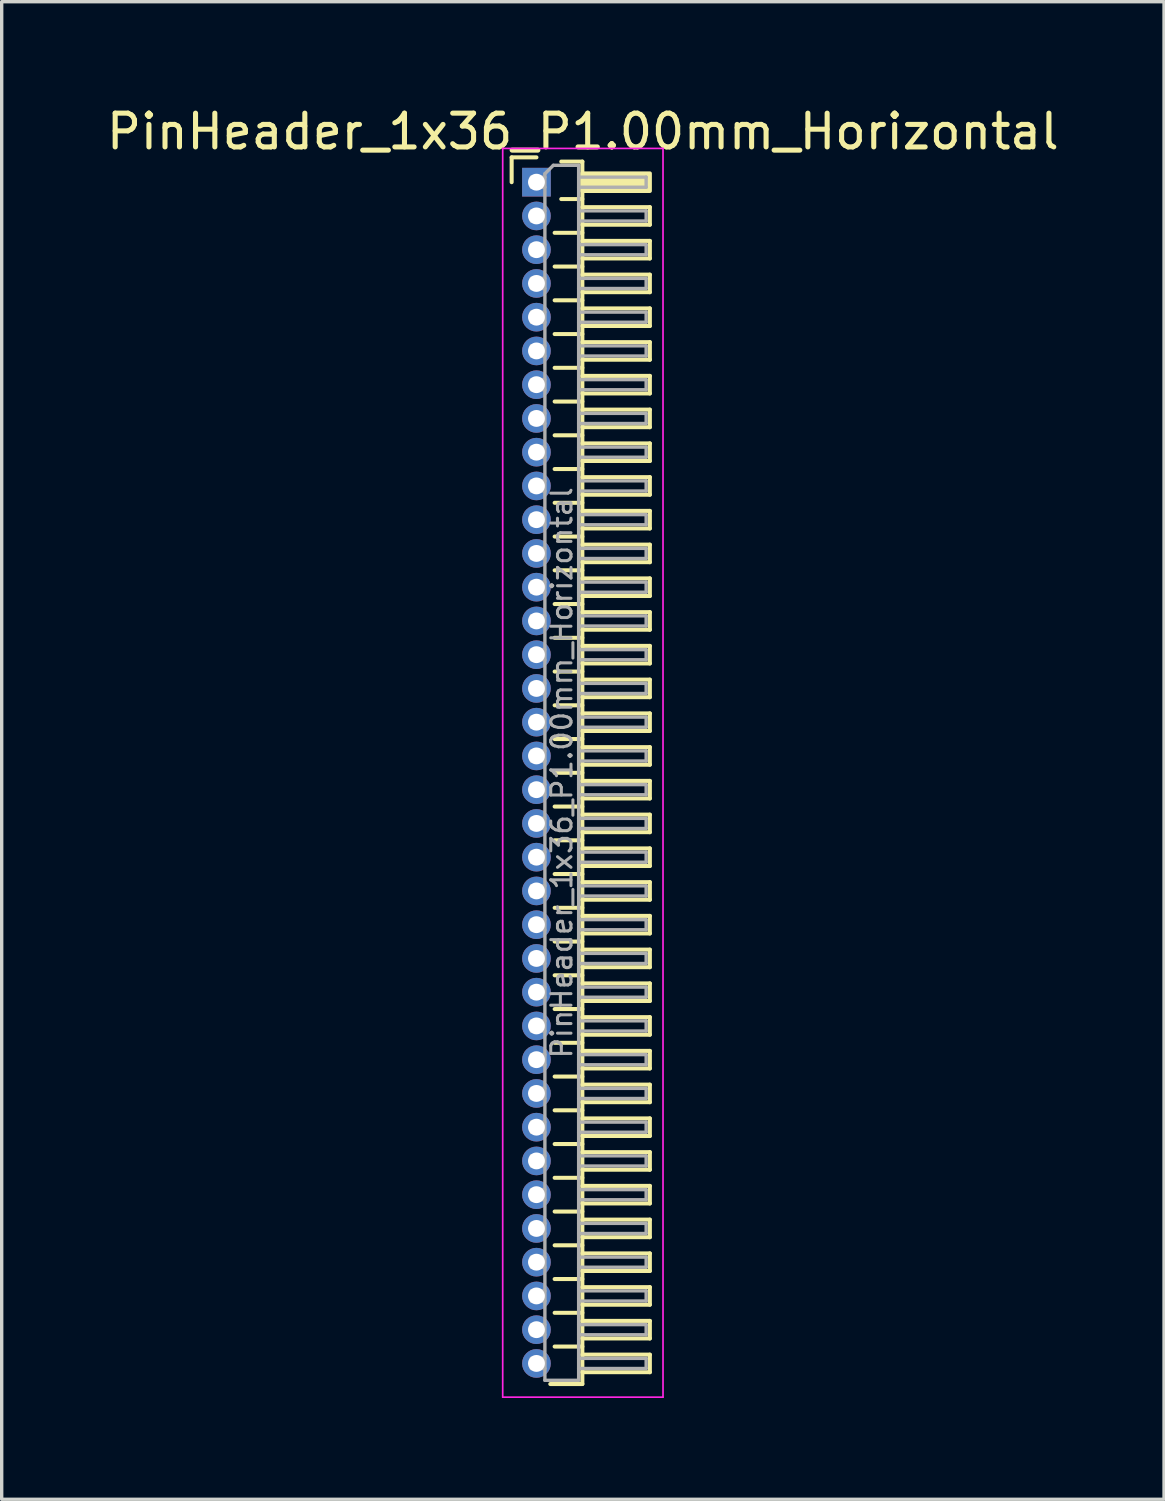
<source format=kicad_pcb>
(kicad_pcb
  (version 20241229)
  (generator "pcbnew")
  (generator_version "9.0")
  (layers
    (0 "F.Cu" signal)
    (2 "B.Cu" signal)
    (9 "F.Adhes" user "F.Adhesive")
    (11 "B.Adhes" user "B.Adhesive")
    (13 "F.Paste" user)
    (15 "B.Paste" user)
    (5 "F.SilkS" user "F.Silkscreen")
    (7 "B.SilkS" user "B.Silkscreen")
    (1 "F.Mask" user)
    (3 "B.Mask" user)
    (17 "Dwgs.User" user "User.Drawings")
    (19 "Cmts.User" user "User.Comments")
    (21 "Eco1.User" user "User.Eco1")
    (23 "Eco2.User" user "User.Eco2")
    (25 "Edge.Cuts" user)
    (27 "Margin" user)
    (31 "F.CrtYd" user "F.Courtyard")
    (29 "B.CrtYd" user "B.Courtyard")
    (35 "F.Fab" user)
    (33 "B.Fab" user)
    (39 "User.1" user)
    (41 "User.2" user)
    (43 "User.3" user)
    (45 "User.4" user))
  (footprint "PinHeader_1x36_P1.00mm_Horizontal"
    (layer "F.Cu")
    (at 12.845 2.348)
    (property "Reference" "PinHeader_1x36_P1.00mm_Horizontal" (at 1.375 -1.5 0) (layer "F.SilkS") (effects (font (size 1 1) (thickness 0.15))))
    (attr through_hole)
    (fp_line (start -0.735 -0.735) (end 0 -0.735) (stroke (width 0.12) (type solid)) (layer "F.SilkS"))
    (fp_line (start -0.735 0) (end -0.735 -0.735) (stroke (width 0.12) (type solid)) (layer "F.SilkS"))
    (fp_line (start 0.539 1.5) (end 1.36 1.5) (stroke (width 0.12) (type solid)) (layer "F.SilkS"))
    (fp_line (start 0.539 2.5) (end 1.36 2.5) (stroke (width 0.12) (type solid)) (layer "F.SilkS"))
    (fp_line (start 0.539 3.5) (end 1.36 3.5) (stroke (width 0.12) (type solid)) (layer "F.SilkS"))
    (fp_line (start 0.539 4.5) (end 1.36 4.5) (stroke (width 0.12) (type solid)) (layer "F.SilkS"))
    (fp_line (start 0.539 5.5) (end 1.36 5.5) (stroke (width 0.12) (type solid)) (layer "F.SilkS"))
    (fp_line (start 0.539 6.5) (end 1.36 6.5) (stroke (width 0.12) (type solid)) (layer "F.SilkS"))
    (fp_line (start 0.539 7.5) (end 1.36 7.5) (stroke (width 0.12) (type solid)) (layer "F.SilkS"))
    (fp_line (start 0.539 8.5) (end 1.36 8.5) (stroke (width 0.12) (type solid)) (layer "F.SilkS"))
    (fp_line (start 0.539 9.5) (end 1.36 9.5) (stroke (width 0.12) (type solid)) (layer "F.SilkS"))
    (fp_line (start 0.539 10.5) (end 1.36 10.5) (stroke (width 0.12) (type solid)) (layer "F.SilkS"))
    (fp_line (start 0.539 11.5) (end 1.36 11.5) (stroke (width 0.12) (type solid)) (layer "F.SilkS"))
    (fp_line (start 0.539 12.5) (end 1.36 12.5) (stroke (width 0.12) (type solid)) (layer "F.SilkS"))
    (fp_line (start 0.539 13.5) (end 1.36 13.5) (stroke (width 0.12) (type solid)) (layer "F.SilkS"))
    (fp_line (start 0.539 14.5) (end 1.36 14.5) (stroke (width 0.12) (type solid)) (layer "F.SilkS"))
    (fp_line (start 0.539 15.5) (end 1.36 15.5) (stroke (width 0.12) (type solid)) (layer "F.SilkS"))
    (fp_line (start 0.539 16.5) (end 1.36 16.5) (stroke (width 0.12) (type solid)) (layer "F.SilkS"))
    (fp_line (start 0.539 17.5) (end 1.36 17.5) (stroke (width 0.12) (type solid)) (layer "F.SilkS"))
    (fp_line (start 0.539 18.5) (end 1.36 18.5) (stroke (width 0.12) (type solid)) (layer "F.SilkS"))
    (fp_line (start 0.539 19.5) (end 1.36 19.5) (stroke (width 0.12) (type solid)) (layer "F.SilkS"))
    (fp_line (start 0.539 20.5) (end 1.36 20.5) (stroke (width 0.12) (type solid)) (layer "F.SilkS"))
    (fp_line (start 0.539 21.5) (end 1.36 21.5) (stroke (width 0.12) (type solid)) (layer "F.SilkS"))
    (fp_line (start 0.539 22.5) (end 1.36 22.5) (stroke (width 0.12) (type solid)) (layer "F.SilkS"))
    (fp_line (start 0.539 23.5) (end 1.36 23.5) (stroke (width 0.12) (type solid)) (layer "F.SilkS"))
    (fp_line (start 0.539 24.5) (end 1.36 24.5) (stroke (width 0.12) (type solid)) (layer "F.SilkS"))
    (fp_line (start 0.539 25.5) (end 1.36 25.5) (stroke (width 0.12) (type solid)) (layer "F.SilkS"))
    (fp_line (start 0.539 26.5) (end 1.36 26.5) (stroke (width 0.12) (type solid)) (layer "F.SilkS"))
    (fp_line (start 0.539 27.5) (end 1.36 27.5) (stroke (width 0.12) (type solid)) (layer "F.SilkS"))
    (fp_line (start 0.539 28.5) (end 1.36 28.5) (stroke (width 0.12) (type solid)) (layer "F.SilkS"))
    (fp_line (start 0.539 29.5) (end 1.36 29.5) (stroke (width 0.12) (type solid)) (layer "F.SilkS"))
    (fp_line (start 0.539 30.5) (end 1.36 30.5) (stroke (width 0.12) (type solid)) (layer "F.SilkS"))
    (fp_line (start 0.539 31.5) (end 1.36 31.5) (stroke (width 0.12) (type solid)) (layer "F.SilkS"))
    (fp_line (start 0.539 32.5) (end 1.36 32.5) (stroke (width 0.12) (type solid)) (layer "F.SilkS"))
    (fp_line (start 0.539 33.5) (end 1.36 33.5) (stroke (width 0.12) (type solid)) (layer "F.SilkS"))
    (fp_line (start 0.539 34.5) (end 1.36 34.5) (stroke (width 0.12) (type solid)) (layer "F.SilkS"))
    (fp_line (start 0.735 -0.61) (end 1.36 -0.61) (stroke (width 0.12) (type solid)) (layer "F.SilkS"))
    (fp_line (start 0.735 0.5) (end 1.36 0.5) (stroke (width 0.12) (type solid)) (layer "F.SilkS"))
    (fp_line (start 1.36 -0.61) (end 1.36 35.61) (stroke (width 0.12) (type solid)) (layer "F.SilkS"))
    (fp_line (start 1.36 0.74) (end 3.36 0.74) (stroke (width 0.12) (type solid)) (layer "F.SilkS"))
    (fp_line (start 1.36 1.74) (end 3.36 1.74) (stroke (width 0.12) (type solid)) (layer "F.SilkS"))
    (fp_line (start 1.36 2.74) (end 3.36 2.74) (stroke (width 0.12) (type solid)) (layer "F.SilkS"))
    (fp_line (start 1.36 3.74) (end 3.36 3.74) (stroke (width 0.12) (type solid)) (layer "F.SilkS"))
    (fp_line (start 1.36 4.74) (end 3.36 4.74) (stroke (width 0.12) (type solid)) (layer "F.SilkS"))
    (fp_line (start 1.36 5.74) (end 3.36 5.74) (stroke (width 0.12) (type solid)) (layer "F.SilkS"))
    (fp_line (start 1.36 6.74) (end 3.36 6.74) (stroke (width 0.12) (type solid)) (layer "F.SilkS"))
    (fp_line (start 1.36 7.74) (end 3.36 7.74) (stroke (width 0.12) (type solid)) (layer "F.SilkS"))
    (fp_line (start 1.36 8.74) (end 3.36 8.74) (stroke (width 0.12) (type solid)) (layer "F.SilkS"))
    (fp_line (start 1.36 9.74) (end 3.36 9.74) (stroke (width 0.12) (type solid)) (layer "F.SilkS"))
    (fp_line (start 1.36 10.74) (end 3.36 10.74) (stroke (width 0.12) (type solid)) (layer "F.SilkS"))
    (fp_line (start 1.36 11.74) (end 3.36 11.74) (stroke (width 0.12) (type solid)) (layer "F.SilkS"))
    (fp_line (start 1.36 12.74) (end 3.36 12.74) (stroke (width 0.12) (type solid)) (layer "F.SilkS"))
    (fp_line (start 1.36 13.74) (end 3.36 13.74) (stroke (width 0.12) (type solid)) (layer "F.SilkS"))
    (fp_line (start 1.36 14.74) (end 3.36 14.74) (stroke (width 0.12) (type solid)) (layer "F.SilkS"))
    (fp_line (start 1.36 15.74) (end 3.36 15.74) (stroke (width 0.12) (type solid)) (layer "F.SilkS"))
    (fp_line (start 1.36 16.74) (end 3.36 16.74) (stroke (width 0.12) (type solid)) (layer "F.SilkS"))
    (fp_line (start 1.36 17.74) (end 3.36 17.74) (stroke (width 0.12) (type solid)) (layer "F.SilkS"))
    (fp_line (start 1.36 18.74) (end 3.36 18.74) (stroke (width 0.12) (type solid)) (layer "F.SilkS"))
    (fp_line (start 1.36 19.74) (end 3.36 19.74) (stroke (width 0.12) (type solid)) (layer "F.SilkS"))
    (fp_line (start 1.36 20.74) (end 3.36 20.74) (stroke (width 0.12) (type solid)) (layer "F.SilkS"))
    (fp_line (start 1.36 21.74) (end 3.36 21.74) (stroke (width 0.12) (type solid)) (layer "F.SilkS"))
    (fp_line (start 1.36 22.74) (end 3.36 22.74) (stroke (width 0.12) (type solid)) (layer "F.SilkS"))
    (fp_line (start 1.36 23.74) (end 3.36 23.74) (stroke (width 0.12) (type solid)) (layer "F.SilkS"))
    (fp_line (start 1.36 24.74) (end 3.36 24.74) (stroke (width 0.12) (type solid)) (layer "F.SilkS"))
    (fp_line (start 1.36 25.74) (end 3.36 25.74) (stroke (width 0.12) (type solid)) (layer "F.SilkS"))
    (fp_line (start 1.36 26.74) (end 3.36 26.74) (stroke (width 0.12) (type solid)) (layer "F.SilkS"))
    (fp_line (start 1.36 27.74) (end 3.36 27.74) (stroke (width 0.12) (type solid)) (layer "F.SilkS"))
    (fp_line (start 1.36 28.74) (end 3.36 28.74) (stroke (width 0.12) (type solid)) (layer "F.SilkS"))
    (fp_line (start 1.36 29.74) (end 3.36 29.74) (stroke (width 0.12) (type solid)) (layer "F.SilkS"))
    (fp_line (start 1.36 30.74) (end 3.36 30.74) (stroke (width 0.12) (type solid)) (layer "F.SilkS"))
    (fp_line (start 1.36 31.74) (end 3.36 31.74) (stroke (width 0.12) (type solid)) (layer "F.SilkS"))
    (fp_line (start 1.36 32.74) (end 3.36 32.74) (stroke (width 0.12) (type solid)) (layer "F.SilkS"))
    (fp_line (start 1.36 33.74) (end 3.36 33.74) (stroke (width 0.12) (type solid)) (layer "F.SilkS"))
    (fp_line (start 1.36 34.74) (end 3.36 34.74) (stroke (width 0.12) (type solid)) (layer "F.SilkS"))
    (fp_line (start 1.36 35.61) (end 0.41 35.61) (stroke (width 0.12) (type solid)) (layer "F.SilkS"))
    (fp_line (start 3.36 0.74) (end 3.36 1.26) (stroke (width 0.12) (type solid)) (layer "F.SilkS"))
    (fp_line (start 3.36 1.26) (end 1.36 1.26) (stroke (width 0.12) (type solid)) (layer "F.SilkS"))
    (fp_line (start 3.36 1.74) (end 3.36 2.26) (stroke (width 0.12) (type solid)) (layer "F.SilkS"))
    (fp_line (start 3.36 2.26) (end 1.36 2.26) (stroke (width 0.12) (type solid)) (layer "F.SilkS"))
    (fp_line (start 3.36 2.74) (end 3.36 3.26) (stroke (width 0.12) (type solid)) (layer "F.SilkS"))
    (fp_line (start 3.36 3.26) (end 1.36 3.26) (stroke (width 0.12) (type solid)) (layer "F.SilkS"))
    (fp_line (start 3.36 3.74) (end 3.36 4.26) (stroke (width 0.12) (type solid)) (layer "F.SilkS"))
    (fp_line (start 3.36 4.26) (end 1.36 4.26) (stroke (width 0.12) (type solid)) (layer "F.SilkS"))
    (fp_line (start 3.36 4.74) (end 3.36 5.26) (stroke (width 0.12) (type solid)) (layer "F.SilkS"))
    (fp_line (start 3.36 5.26) (end 1.36 5.26) (stroke (width 0.12) (type solid)) (layer "F.SilkS"))
    (fp_line (start 3.36 5.74) (end 3.36 6.26) (stroke (width 0.12) (type solid)) (layer "F.SilkS"))
    (fp_line (start 3.36 6.26) (end 1.36 6.26) (stroke (width 0.12) (type solid)) (layer "F.SilkS"))
    (fp_line (start 3.36 6.74) (end 3.36 7.26) (stroke (width 0.12) (type solid)) (layer "F.SilkS"))
    (fp_line (start 3.36 7.26) (end 1.36 7.26) (stroke (width 0.12) (type solid)) (layer "F.SilkS"))
    (fp_line (start 3.36 7.74) (end 3.36 8.26) (stroke (width 0.12) (type solid)) (layer "F.SilkS"))
    (fp_line (start 3.36 8.26) (end 1.36 8.26) (stroke (width 0.12) (type solid)) (layer "F.SilkS"))
    (fp_line (start 3.36 8.74) (end 3.36 9.26) (stroke (width 0.12) (type solid)) (layer "F.SilkS"))
    (fp_line (start 3.36 9.26) (end 1.36 9.26) (stroke (width 0.12) (type solid)) (layer "F.SilkS"))
    (fp_line (start 3.36 9.74) (end 3.36 10.26) (stroke (width 0.12) (type solid)) (layer "F.SilkS"))
    (fp_line (start 3.36 10.26) (end 1.36 10.26) (stroke (width 0.12) (type solid)) (layer "F.SilkS"))
    (fp_line (start 3.36 10.74) (end 3.36 11.26) (stroke (width 0.12) (type solid)) (layer "F.SilkS"))
    (fp_line (start 3.36 11.26) (end 1.36 11.26) (stroke (width 0.12) (type solid)) (layer "F.SilkS"))
    (fp_line (start 3.36 11.74) (end 3.36 12.26) (stroke (width 0.12) (type solid)) (layer "F.SilkS"))
    (fp_line (start 3.36 12.26) (end 1.36 12.26) (stroke (width 0.12) (type solid)) (layer "F.SilkS"))
    (fp_line (start 3.36 12.74) (end 3.36 13.26) (stroke (width 0.12) (type solid)) (layer "F.SilkS"))
    (fp_line (start 3.36 13.26) (end 1.36 13.26) (stroke (width 0.12) (type solid)) (layer "F.SilkS"))
    (fp_line (start 3.36 13.74) (end 3.36 14.26) (stroke (width 0.12) (type solid)) (layer "F.SilkS"))
    (fp_line (start 3.36 14.26) (end 1.36 14.26) (stroke (width 0.12) (type solid)) (layer "F.SilkS"))
    (fp_line (start 3.36 14.74) (end 3.36 15.26) (stroke (width 0.12) (type solid)) (layer "F.SilkS"))
    (fp_line (start 3.36 15.26) (end 1.36 15.26) (stroke (width 0.12) (type solid)) (layer "F.SilkS"))
    (fp_line (start 3.36 15.74) (end 3.36 16.26) (stroke (width 0.12) (type solid)) (layer "F.SilkS"))
    (fp_line (start 3.36 16.26) (end 1.36 16.26) (stroke (width 0.12) (type solid)) (layer "F.SilkS"))
    (fp_line (start 3.36 16.74) (end 3.36 17.26) (stroke (width 0.12) (type solid)) (layer "F.SilkS"))
    (fp_line (start 3.36 17.26) (end 1.36 17.26) (stroke (width 0.12) (type solid)) (layer "F.SilkS"))
    (fp_line (start 3.36 17.74) (end 3.36 18.26) (stroke (width 0.12) (type solid)) (layer "F.SilkS"))
    (fp_line (start 3.36 18.26) (end 1.36 18.26) (stroke (width 0.12) (type solid)) (layer "F.SilkS"))
    (fp_line (start 3.36 18.74) (end 3.36 19.26) (stroke (width 0.12) (type solid)) (layer "F.SilkS"))
    (fp_line (start 3.36 19.26) (end 1.36 19.26) (stroke (width 0.12) (type solid)) (layer "F.SilkS"))
    (fp_line (start 3.36 19.74) (end 3.36 20.26) (stroke (width 0.12) (type solid)) (layer "F.SilkS"))
    (fp_line (start 3.36 20.26) (end 1.36 20.26) (stroke (width 0.12) (type solid)) (layer "F.SilkS"))
    (fp_line (start 3.36 20.74) (end 3.36 21.26) (stroke (width 0.12) (type solid)) (layer "F.SilkS"))
    (fp_line (start 3.36 21.26) (end 1.36 21.26) (stroke (width 0.12) (type solid)) (layer "F.SilkS"))
    (fp_line (start 3.36 21.74) (end 3.36 22.26) (stroke (width 0.12) (type solid)) (layer "F.SilkS"))
    (fp_line (start 3.36 22.26) (end 1.36 22.26) (stroke (width 0.12) (type solid)) (layer "F.SilkS"))
    (fp_line (start 3.36 22.74) (end 3.36 23.26) (stroke (width 0.12) (type solid)) (layer "F.SilkS"))
    (fp_line (start 3.36 23.26) (end 1.36 23.26) (stroke (width 0.12) (type solid)) (layer "F.SilkS"))
    (fp_line (start 3.36 23.74) (end 3.36 24.26) (stroke (width 0.12) (type solid)) (layer "F.SilkS"))
    (fp_line (start 3.36 24.26) (end 1.36 24.26) (stroke (width 0.12) (type solid)) (layer "F.SilkS"))
    (fp_line (start 3.36 24.74) (end 3.36 25.26) (stroke (width 0.12) (type solid)) (layer "F.SilkS"))
    (fp_line (start 3.36 25.26) (end 1.36 25.26) (stroke (width 0.12) (type solid)) (layer "F.SilkS"))
    (fp_line (start 3.36 25.74) (end 3.36 26.26) (stroke (width 0.12) (type solid)) (layer "F.SilkS"))
    (fp_line (start 3.36 26.26) (end 1.36 26.26) (stroke (width 0.12) (type solid)) (layer "F.SilkS"))
    (fp_line (start 3.36 26.74) (end 3.36 27.26) (stroke (width 0.12) (type solid)) (layer "F.SilkS"))
    (fp_line (start 3.36 27.26) (end 1.36 27.26) (stroke (width 0.12) (type solid)) (layer "F.SilkS"))
    (fp_line (start 3.36 27.74) (end 3.36 28.26) (stroke (width 0.12) (type solid)) (layer "F.SilkS"))
    (fp_line (start 3.36 28.26) (end 1.36 28.26) (stroke (width 0.12) (type solid)) (layer "F.SilkS"))
    (fp_line (start 3.36 28.74) (end 3.36 29.26) (stroke (width 0.12) (type solid)) (layer "F.SilkS"))
    (fp_line (start 3.36 29.26) (end 1.36 29.26) (stroke (width 0.12) (type solid)) (layer "F.SilkS"))
    (fp_line (start 3.36 29.74) (end 3.36 30.26) (stroke (width 0.12) (type solid)) (layer "F.SilkS"))
    (fp_line (start 3.36 30.26) (end 1.36 30.26) (stroke (width 0.12) (type solid)) (layer "F.SilkS"))
    (fp_line (start 3.36 30.74) (end 3.36 31.26) (stroke (width 0.12) (type solid)) (layer "F.SilkS"))
    (fp_line (start 3.36 31.26) (end 1.36 31.26) (stroke (width 0.12) (type solid)) (layer "F.SilkS"))
    (fp_line (start 3.36 31.74) (end 3.36 32.26) (stroke (width 0.12) (type solid)) (layer "F.SilkS"))
    (fp_line (start 3.36 32.26) (end 1.36 32.26) (stroke (width 0.12) (type solid)) (layer "F.SilkS"))
    (fp_line (start 3.36 32.74) (end 3.36 33.26) (stroke (width 0.12) (type solid)) (layer "F.SilkS"))
    (fp_line (start 3.36 33.26) (end 1.36 33.26) (stroke (width 0.12) (type solid)) (layer "F.SilkS"))
    (fp_line (start 3.36 33.74) (end 3.36 34.26) (stroke (width 0.12) (type solid)) (layer "F.SilkS"))
    (fp_line (start 3.36 34.26) (end 1.36 34.26) (stroke (width 0.12) (type solid)) (layer "F.SilkS"))
    (fp_line (start 3.36 34.74) (end 3.36 35.26) (stroke (width 0.12) (type solid)) (layer "F.SilkS"))
    (fp_line (start 3.36 35.26) (end 1.36 35.26) (stroke (width 0.12) (type solid)) (layer "F.SilkS"))
    (fp_rect (start 1.36 -0.26) (end 3.36 0.26) (stroke (width 0.12) (type solid)) (fill yes) (layer "F.SilkS"))
    (fp_line (start -1 -1) (end -1 36) (stroke (width 0.05) (type solid)) (layer "F.CrtYd"))
    (fp_line (start -1 36) (end 3.75 36) (stroke (width 0.05) (type solid)) (layer "F.CrtYd"))
    (fp_line (start 3.75 -1) (end -1 -1) (stroke (width 0.05) (type solid)) (layer "F.CrtYd"))
    (fp_line (start 3.75 36) (end 3.75 -1) (stroke (width 0.05) (type solid)) (layer "F.CrtYd"))
    (fp_line (start -0.15 -0.15) (end -0.15 0.15) (stroke (width 0.1) (type solid)) (layer "F.Fab"))
    (fp_line (start -0.15 -0.15) (end 0.25 -0.15) (stroke (width 0.1) (type solid)) (layer "F.Fab"))
    (fp_line (start -0.15 0.15) (end 0.25 0.15) (stroke (width 0.1) (type solid)) (layer "F.Fab"))
    (fp_line (start -0.15 0.85) (end -0.15 1.15) (stroke (width 0.1) (type solid)) (layer "F.Fab"))
    (fp_line (start -0.15 0.85) (end 0.25 0.85) (stroke (width 0.1) (type solid)) (layer "F.Fab"))
    (fp_line (start -0.15 1.15) (end 0.25 1.15) (stroke (width 0.1) (type solid)) (layer "F.Fab"))
    (fp_line (start -0.15 1.85) (end -0.15 2.15) (stroke (width 0.1) (type solid)) (layer "F.Fab"))
    (fp_line (start -0.15 1.85) (end 0.25 1.85) (stroke (width 0.1) (type solid)) (layer "F.Fab"))
    (fp_line (start -0.15 2.15) (end 0.25 2.15) (stroke (width 0.1) (type solid)) (layer "F.Fab"))
    (fp_line (start -0.15 2.85) (end -0.15 3.15) (stroke (width 0.1) (type solid)) (layer "F.Fab"))
    (fp_line (start -0.15 2.85) (end 0.25 2.85) (stroke (width 0.1) (type solid)) (layer "F.Fab"))
    (fp_line (start -0.15 3.15) (end 0.25 3.15) (stroke (width 0.1) (type solid)) (layer "F.Fab"))
    (fp_line (start -0.15 3.85) (end -0.15 4.15) (stroke (width 0.1) (type solid)) (layer "F.Fab"))
    (fp_line (start -0.15 3.85) (end 0.25 3.85) (stroke (width 0.1) (type solid)) (layer "F.Fab"))
    (fp_line (start -0.15 4.15) (end 0.25 4.15) (stroke (width 0.1) (type solid)) (layer "F.Fab"))
    (fp_line (start -0.15 4.85) (end -0.15 5.15) (stroke (width 0.1) (type solid)) (layer "F.Fab"))
    (fp_line (start -0.15 4.85) (end 0.25 4.85) (stroke (width 0.1) (type solid)) (layer "F.Fab"))
    (fp_line (start -0.15 5.15) (end 0.25 5.15) (stroke (width 0.1) (type solid)) (layer "F.Fab"))
    (fp_line (start -0.15 5.85) (end -0.15 6.15) (stroke (width 0.1) (type solid)) (layer "F.Fab"))
    (fp_line (start -0.15 5.85) (end 0.25 5.85) (stroke (width 0.1) (type solid)) (layer "F.Fab"))
    (fp_line (start -0.15 6.15) (end 0.25 6.15) (stroke (width 0.1) (type solid)) (layer "F.Fab"))
    (fp_line (start -0.15 6.85) (end -0.15 7.15) (stroke (width 0.1) (type solid)) (layer "F.Fab"))
    (fp_line (start -0.15 6.85) (end 0.25 6.85) (stroke (width 0.1) (type solid)) (layer "F.Fab"))
    (fp_line (start -0.15 7.15) (end 0.25 7.15) (stroke (width 0.1) (type solid)) (layer "F.Fab"))
    (fp_line (start -0.15 7.85) (end -0.15 8.15) (stroke (width 0.1) (type solid)) (layer "F.Fab"))
    (fp_line (start -0.15 7.85) (end 0.25 7.85) (stroke (width 0.1) (type solid)) (layer "F.Fab"))
    (fp_line (start -0.15 8.15) (end 0.25 8.15) (stroke (width 0.1) (type solid)) (layer "F.Fab"))
    (fp_line (start -0.15 8.85) (end -0.15 9.15) (stroke (width 0.1) (type solid)) (layer "F.Fab"))
    (fp_line (start -0.15 8.85) (end 0.25 8.85) (stroke (width 0.1) (type solid)) (layer "F.Fab"))
    (fp_line (start -0.15 9.15) (end 0.25 9.15) (stroke (width 0.1) (type solid)) (layer "F.Fab"))
    (fp_line (start -0.15 9.85) (end -0.15 10.15) (stroke (width 0.1) (type solid)) (layer "F.Fab"))
    (fp_line (start -0.15 9.85) (end 0.25 9.85) (stroke (width 0.1) (type solid)) (layer "F.Fab"))
    (fp_line (start -0.15 10.15) (end 0.25 10.15) (stroke (width 0.1) (type solid)) (layer "F.Fab"))
    (fp_line (start -0.15 10.85) (end -0.15 11.15) (stroke (width 0.1) (type solid)) (layer "F.Fab"))
    (fp_line (start -0.15 10.85) (end 0.25 10.85) (stroke (width 0.1) (type solid)) (layer "F.Fab"))
    (fp_line (start -0.15 11.15) (end 0.25 11.15) (stroke (width 0.1) (type solid)) (layer "F.Fab"))
    (fp_line (start -0.15 11.85) (end -0.15 12.15) (stroke (width 0.1) (type solid)) (layer "F.Fab"))
    (fp_line (start -0.15 11.85) (end 0.25 11.85) (stroke (width 0.1) (type solid)) (layer "F.Fab"))
    (fp_line (start -0.15 12.15) (end 0.25 12.15) (stroke (width 0.1) (type solid)) (layer "F.Fab"))
    (fp_line (start -0.15 12.85) (end -0.15 13.15) (stroke (width 0.1) (type solid)) (layer "F.Fab"))
    (fp_line (start -0.15 12.85) (end 0.25 12.85) (stroke (width 0.1) (type solid)) (layer "F.Fab"))
    (fp_line (start -0.15 13.15) (end 0.25 13.15) (stroke (width 0.1) (type solid)) (layer "F.Fab"))
    (fp_line (start -0.15 13.85) (end -0.15 14.15) (stroke (width 0.1) (type solid)) (layer "F.Fab"))
    (fp_line (start -0.15 13.85) (end 0.25 13.85) (stroke (width 0.1) (type solid)) (layer "F.Fab"))
    (fp_line (start -0.15 14.15) (end 0.25 14.15) (stroke (width 0.1) (type solid)) (layer "F.Fab"))
    (fp_line (start -0.15 14.85) (end -0.15 15.15) (stroke (width 0.1) (type solid)) (layer "F.Fab"))
    (fp_line (start -0.15 14.85) (end 0.25 14.85) (stroke (width 0.1) (type solid)) (layer "F.Fab"))
    (fp_line (start -0.15 15.15) (end 0.25 15.15) (stroke (width 0.1) (type solid)) (layer "F.Fab"))
    (fp_line (start -0.15 15.85) (end -0.15 16.15) (stroke (width 0.1) (type solid)) (layer "F.Fab"))
    (fp_line (start -0.15 15.85) (end 0.25 15.85) (stroke (width 0.1) (type solid)) (layer "F.Fab"))
    (fp_line (start -0.15 16.15) (end 0.25 16.15) (stroke (width 0.1) (type solid)) (layer "F.Fab"))
    (fp_line (start -0.15 16.85) (end -0.15 17.15) (stroke (width 0.1) (type solid)) (layer "F.Fab"))
    (fp_line (start -0.15 16.85) (end 0.25 16.85) (stroke (width 0.1) (type solid)) (layer "F.Fab"))
    (fp_line (start -0.15 17.15) (end 0.25 17.15) (stroke (width 0.1) (type solid)) (layer "F.Fab"))
    (fp_line (start -0.15 17.85) (end -0.15 18.15) (stroke (width 0.1) (type solid)) (layer "F.Fab"))
    (fp_line (start -0.15 17.85) (end 0.25 17.85) (stroke (width 0.1) (type solid)) (layer "F.Fab"))
    (fp_line (start -0.15 18.15) (end 0.25 18.15) (stroke (width 0.1) (type solid)) (layer "F.Fab"))
    (fp_line (start -0.15 18.85) (end -0.15 19.15) (stroke (width 0.1) (type solid)) (layer "F.Fab"))
    (fp_line (start -0.15 18.85) (end 0.25 18.85) (stroke (width 0.1) (type solid)) (layer "F.Fab"))
    (fp_line (start -0.15 19.15) (end 0.25 19.15) (stroke (width 0.1) (type solid)) (layer "F.Fab"))
    (fp_line (start -0.15 19.85) (end -0.15 20.15) (stroke (width 0.1) (type solid)) (layer "F.Fab"))
    (fp_line (start -0.15 19.85) (end 0.25 19.85) (stroke (width 0.1) (type solid)) (layer "F.Fab"))
    (fp_line (start -0.15 20.15) (end 0.25 20.15) (stroke (width 0.1) (type solid)) (layer "F.Fab"))
    (fp_line (start -0.15 20.85) (end -0.15 21.15) (stroke (width 0.1) (type solid)) (layer "F.Fab"))
    (fp_line (start -0.15 20.85) (end 0.25 20.85) (stroke (width 0.1) (type solid)) (layer "F.Fab"))
    (fp_line (start -0.15 21.15) (end 0.25 21.15) (stroke (width 0.1) (type solid)) (layer "F.Fab"))
    (fp_line (start -0.15 21.85) (end -0.15 22.15) (stroke (width 0.1) (type solid)) (layer "F.Fab"))
    (fp_line (start -0.15 21.85) (end 0.25 21.85) (stroke (width 0.1) (type solid)) (layer "F.Fab"))
    (fp_line (start -0.15 22.15) (end 0.25 22.15) (stroke (width 0.1) (type solid)) (layer "F.Fab"))
    (fp_line (start -0.15 22.85) (end -0.15 23.15) (stroke (width 0.1) (type solid)) (layer "F.Fab"))
    (fp_line (start -0.15 22.85) (end 0.25 22.85) (stroke (width 0.1) (type solid)) (layer "F.Fab"))
    (fp_line (start -0.15 23.15) (end 0.25 23.15) (stroke (width 0.1) (type solid)) (layer "F.Fab"))
    (fp_line (start -0.15 23.85) (end -0.15 24.15) (stroke (width 0.1) (type solid)) (layer "F.Fab"))
    (fp_line (start -0.15 23.85) (end 0.25 23.85) (stroke (width 0.1) (type solid)) (layer "F.Fab"))
    (fp_line (start -0.15 24.15) (end 0.25 24.15) (stroke (width 0.1) (type solid)) (layer "F.Fab"))
    (fp_line (start -0.15 24.85) (end -0.15 25.15) (stroke (width 0.1) (type solid)) (layer "F.Fab"))
    (fp_line (start -0.15 24.85) (end 0.25 24.85) (stroke (width 0.1) (type solid)) (layer "F.Fab"))
    (fp_line (start -0.15 25.15) (end 0.25 25.15) (stroke (width 0.1) (type solid)) (layer "F.Fab"))
    (fp_line (start -0.15 25.85) (end -0.15 26.15) (stroke (width 0.1) (type solid)) (layer "F.Fab"))
    (fp_line (start -0.15 25.85) (end 0.25 25.85) (stroke (width 0.1) (type solid)) (layer "F.Fab"))
    (fp_line (start -0.15 26.15) (end 0.25 26.15) (stroke (width 0.1) (type solid)) (layer "F.Fab"))
    (fp_line (start -0.15 26.85) (end -0.15 27.15) (stroke (width 0.1) (type solid)) (layer "F.Fab"))
    (fp_line (start -0.15 26.85) (end 0.25 26.85) (stroke (width 0.1) (type solid)) (layer "F.Fab"))
    (fp_line (start -0.15 27.15) (end 0.25 27.15) (stroke (width 0.1) (type solid)) (layer "F.Fab"))
    (fp_line (start -0.15 27.85) (end -0.15 28.15) (stroke (width 0.1) (type solid)) (layer "F.Fab"))
    (fp_line (start -0.15 27.85) (end 0.25 27.85) (stroke (width 0.1) (type solid)) (layer "F.Fab"))
    (fp_line (start -0.15 28.15) (end 0.25 28.15) (stroke (width 0.1) (type solid)) (layer "F.Fab"))
    (fp_line (start -0.15 28.85) (end -0.15 29.15) (stroke (width 0.1) (type solid)) (layer "F.Fab"))
    (fp_line (start -0.15 28.85) (end 0.25 28.85) (stroke (width 0.1) (type solid)) (layer "F.Fab"))
    (fp_line (start -0.15 29.15) (end 0.25 29.15) (stroke (width 0.1) (type solid)) (layer "F.Fab"))
    (fp_line (start -0.15 29.85) (end -0.15 30.15) (stroke (width 0.1) (type solid)) (layer "F.Fab"))
    (fp_line (start -0.15 29.85) (end 0.25 29.85) (stroke (width 0.1) (type solid)) (layer "F.Fab"))
    (fp_line (start -0.15 30.15) (end 0.25 30.15) (stroke (width 0.1) (type solid)) (layer "F.Fab"))
    (fp_line (start -0.15 30.85) (end -0.15 31.15) (stroke (width 0.1) (type solid)) (layer "F.Fab"))
    (fp_line (start -0.15 30.85) (end 0.25 30.85) (stroke (width 0.1) (type solid)) (layer "F.Fab"))
    (fp_line (start -0.15 31.15) (end 0.25 31.15) (stroke (width 0.1) (type solid)) (layer "F.Fab"))
    (fp_line (start -0.15 31.85) (end -0.15 32.15) (stroke (width 0.1) (type solid)) (layer "F.Fab"))
    (fp_line (start -0.15 31.85) (end 0.25 31.85) (stroke (width 0.1) (type solid)) (layer "F.Fab"))
    (fp_line (start -0.15 32.15) (end 0.25 32.15) (stroke (width 0.1) (type solid)) (layer "F.Fab"))
    (fp_line (start -0.15 32.85) (end -0.15 33.15) (stroke (width 0.1) (type solid)) (layer "F.Fab"))
    (fp_line (start -0.15 32.85) (end 0.25 32.85) (stroke (width 0.1) (type solid)) (layer "F.Fab"))
    (fp_line (start -0.15 33.15) (end 0.25 33.15) (stroke (width 0.1) (type solid)) (layer "F.Fab"))
    (fp_line (start -0.15 33.85) (end -0.15 34.15) (stroke (width 0.1) (type solid)) (layer "F.Fab"))
    (fp_line (start -0.15 33.85) (end 0.25 33.85) (stroke (width 0.1) (type solid)) (layer "F.Fab"))
    (fp_line (start -0.15 34.15) (end 0.25 34.15) (stroke (width 0.1) (type solid)) (layer "F.Fab"))
    (fp_line (start -0.15 34.85) (end -0.15 35.15) (stroke (width 0.1) (type solid)) (layer "F.Fab"))
    (fp_line (start -0.15 34.85) (end 0.25 34.85) (stroke (width 0.1) (type solid)) (layer "F.Fab"))
    (fp_line (start -0.15 35.15) (end 0.25 35.15) (stroke (width 0.1) (type solid)) (layer "F.Fab"))
    (fp_line (start 0.25 -0.25) (end 0.5 -0.5) (stroke (width 0.1) (type solid)) (layer "F.Fab"))
    (fp_line (start 0.25 35.5) (end 0.25 -0.25) (stroke (width 0.1) (type solid)) (layer "F.Fab"))
    (fp_line (start 0.5 -0.5) (end 1.25 -0.5) (stroke (width 0.1) (type solid)) (layer "F.Fab"))
    (fp_line (start 1.25 -0.5) (end 1.25 35.5) (stroke (width 0.1) (type solid)) (layer "F.Fab"))
    (fp_line (start 1.25 -0.15) (end 3.25 -0.15) (stroke (width 0.1) (type solid)) (layer "F.Fab"))
    (fp_line (start 1.25 0.15) (end 3.25 0.15) (stroke (width 0.1) (type solid)) (layer "F.Fab"))
    (fp_line (start 1.25 0.85) (end 3.25 0.85) (stroke (width 0.1) (type solid)) (layer "F.Fab"))
    (fp_line (start 1.25 1.15) (end 3.25 1.15) (stroke (width 0.1) (type solid)) (layer "F.Fab"))
    (fp_line (start 1.25 1.85) (end 3.25 1.85) (stroke (width 0.1) (type solid)) (layer "F.Fab"))
    (fp_line (start 1.25 2.15) (end 3.25 2.15) (stroke (width 0.1) (type solid)) (layer "F.Fab"))
    (fp_line (start 1.25 2.85) (end 3.25 2.85) (stroke (width 0.1) (type solid)) (layer "F.Fab"))
    (fp_line (start 1.25 3.15) (end 3.25 3.15) (stroke (width 0.1) (type solid)) (layer "F.Fab"))
    (fp_line (start 1.25 3.85) (end 3.25 3.85) (stroke (width 0.1) (type solid)) (layer "F.Fab"))
    (fp_line (start 1.25 4.15) (end 3.25 4.15) (stroke (width 0.1) (type solid)) (layer "F.Fab"))
    (fp_line (start 1.25 4.85) (end 3.25 4.85) (stroke (width 0.1) (type solid)) (layer "F.Fab"))
    (fp_line (start 1.25 5.15) (end 3.25 5.15) (stroke (width 0.1) (type solid)) (layer "F.Fab"))
    (fp_line (start 1.25 5.85) (end 3.25 5.85) (stroke (width 0.1) (type solid)) (layer "F.Fab"))
    (fp_line (start 1.25 6.15) (end 3.25 6.15) (stroke (width 0.1) (type solid)) (layer "F.Fab"))
    (fp_line (start 1.25 6.85) (end 3.25 6.85) (stroke (width 0.1) (type solid)) (layer "F.Fab"))
    (fp_line (start 1.25 7.15) (end 3.25 7.15) (stroke (width 0.1) (type solid)) (layer "F.Fab"))
    (fp_line (start 1.25 7.85) (end 3.25 7.85) (stroke (width 0.1) (type solid)) (layer "F.Fab"))
    (fp_line (start 1.25 8.15) (end 3.25 8.15) (stroke (width 0.1) (type solid)) (layer "F.Fab"))
    (fp_line (start 1.25 8.85) (end 3.25 8.85) (stroke (width 0.1) (type solid)) (layer "F.Fab"))
    (fp_line (start 1.25 9.15) (end 3.25 9.15) (stroke (width 0.1) (type solid)) (layer "F.Fab"))
    (fp_line (start 1.25 9.85) (end 3.25 9.85) (stroke (width 0.1) (type solid)) (layer "F.Fab"))
    (fp_line (start 1.25 10.15) (end 3.25 10.15) (stroke (width 0.1) (type solid)) (layer "F.Fab"))
    (fp_line (start 1.25 10.85) (end 3.25 10.85) (stroke (width 0.1) (type solid)) (layer "F.Fab"))
    (fp_line (start 1.25 11.15) (end 3.25 11.15) (stroke (width 0.1) (type solid)) (layer "F.Fab"))
    (fp_line (start 1.25 11.85) (end 3.25 11.85) (stroke (width 0.1) (type solid)) (layer "F.Fab"))
    (fp_line (start 1.25 12.15) (end 3.25 12.15) (stroke (width 0.1) (type solid)) (layer "F.Fab"))
    (fp_line (start 1.25 12.85) (end 3.25 12.85) (stroke (width 0.1) (type solid)) (layer "F.Fab"))
    (fp_line (start 1.25 13.15) (end 3.25 13.15) (stroke (width 0.1) (type solid)) (layer "F.Fab"))
    (fp_line (start 1.25 13.85) (end 3.25 13.85) (stroke (width 0.1) (type solid)) (layer "F.Fab"))
    (fp_line (start 1.25 14.15) (end 3.25 14.15) (stroke (width 0.1) (type solid)) (layer "F.Fab"))
    (fp_line (start 1.25 14.85) (end 3.25 14.85) (stroke (width 0.1) (type solid)) (layer "F.Fab"))
    (fp_line (start 1.25 15.15) (end 3.25 15.15) (stroke (width 0.1) (type solid)) (layer "F.Fab"))
    (fp_line (start 1.25 15.85) (end 3.25 15.85) (stroke (width 0.1) (type solid)) (layer "F.Fab"))
    (fp_line (start 1.25 16.15) (end 3.25 16.15) (stroke (width 0.1) (type solid)) (layer "F.Fab"))
    (fp_line (start 1.25 16.85) (end 3.25 16.85) (stroke (width 0.1) (type solid)) (layer "F.Fab"))
    (fp_line (start 1.25 17.15) (end 3.25 17.15) (stroke (width 0.1) (type solid)) (layer "F.Fab"))
    (fp_line (start 1.25 17.85) (end 3.25 17.85) (stroke (width 0.1) (type solid)) (layer "F.Fab"))
    (fp_line (start 1.25 18.15) (end 3.25 18.15) (stroke (width 0.1) (type solid)) (layer "F.Fab"))
    (fp_line (start 1.25 18.85) (end 3.25 18.85) (stroke (width 0.1) (type solid)) (layer "F.Fab"))
    (fp_line (start 1.25 19.15) (end 3.25 19.15) (stroke (width 0.1) (type solid)) (layer "F.Fab"))
    (fp_line (start 1.25 19.85) (end 3.25 19.85) (stroke (width 0.1) (type solid)) (layer "F.Fab"))
    (fp_line (start 1.25 20.15) (end 3.25 20.15) (stroke (width 0.1) (type solid)) (layer "F.Fab"))
    (fp_line (start 1.25 20.85) (end 3.25 20.85) (stroke (width 0.1) (type solid)) (layer "F.Fab"))
    (fp_line (start 1.25 21.15) (end 3.25 21.15) (stroke (width 0.1) (type solid)) (layer "F.Fab"))
    (fp_line (start 1.25 21.85) (end 3.25 21.85) (stroke (width 0.1) (type solid)) (layer "F.Fab"))
    (fp_line (start 1.25 22.15) (end 3.25 22.15) (stroke (width 0.1) (type solid)) (layer "F.Fab"))
    (fp_line (start 1.25 22.85) (end 3.25 22.85) (stroke (width 0.1) (type solid)) (layer "F.Fab"))
    (fp_line (start 1.25 23.15) (end 3.25 23.15) (stroke (width 0.1) (type solid)) (layer "F.Fab"))
    (fp_line (start 1.25 23.85) (end 3.25 23.85) (stroke (width 0.1) (type solid)) (layer "F.Fab"))
    (fp_line (start 1.25 24.15) (end 3.25 24.15) (stroke (width 0.1) (type solid)) (layer "F.Fab"))
    (fp_line (start 1.25 24.85) (end 3.25 24.85) (stroke (width 0.1) (type solid)) (layer "F.Fab"))
    (fp_line (start 1.25 25.15) (end 3.25 25.15) (stroke (width 0.1) (type solid)) (layer "F.Fab"))
    (fp_line (start 1.25 25.85) (end 3.25 25.85) (stroke (width 0.1) (type solid)) (layer "F.Fab"))
    (fp_line (start 1.25 26.15) (end 3.25 26.15) (stroke (width 0.1) (type solid)) (layer "F.Fab"))
    (fp_line (start 1.25 26.85) (end 3.25 26.85) (stroke (width 0.1) (type solid)) (layer "F.Fab"))
    (fp_line (start 1.25 27.15) (end 3.25 27.15) (stroke (width 0.1) (type solid)) (layer "F.Fab"))
    (fp_line (start 1.25 27.85) (end 3.25 27.85) (stroke (width 0.1) (type solid)) (layer "F.Fab"))
    (fp_line (start 1.25 28.15) (end 3.25 28.15) (stroke (width 0.1) (type solid)) (layer "F.Fab"))
    (fp_line (start 1.25 28.85) (end 3.25 28.85) (stroke (width 0.1) (type solid)) (layer "F.Fab"))
    (fp_line (start 1.25 29.15) (end 3.25 29.15) (stroke (width 0.1) (type solid)) (layer "F.Fab"))
    (fp_line (start 1.25 29.85) (end 3.25 29.85) (stroke (width 0.1) (type solid)) (layer "F.Fab"))
    (fp_line (start 1.25 30.15) (end 3.25 30.15) (stroke (width 0.1) (type solid)) (layer "F.Fab"))
    (fp_line (start 1.25 30.85) (end 3.25 30.85) (stroke (width 0.1) (type solid)) (layer "F.Fab"))
    (fp_line (start 1.25 31.15) (end 3.25 31.15) (stroke (width 0.1) (type solid)) (layer "F.Fab"))
    (fp_line (start 1.25 31.85) (end 3.25 31.85) (stroke (width 0.1) (type solid)) (layer "F.Fab"))
    (fp_line (start 1.25 32.15) (end 3.25 32.15) (stroke (width 0.1) (type solid)) (layer "F.Fab"))
    (fp_line (start 1.25 32.85) (end 3.25 32.85) (stroke (width 0.1) (type solid)) (layer "F.Fab"))
    (fp_line (start 1.25 33.15) (end 3.25 33.15) (stroke (width 0.1) (type solid)) (layer "F.Fab"))
    (fp_line (start 1.25 33.85) (end 3.25 33.85) (stroke (width 0.1) (type solid)) (layer "F.Fab"))
    (fp_line (start 1.25 34.15) (end 3.25 34.15) (stroke (width 0.1) (type solid)) (layer "F.Fab"))
    (fp_line (start 1.25 34.85) (end 3.25 34.85) (stroke (width 0.1) (type solid)) (layer "F.Fab"))
    (fp_line (start 1.25 35.15) (end 3.25 35.15) (stroke (width 0.1) (type solid)) (layer "F.Fab"))
    (fp_line (start 1.25 35.5) (end 0.25 35.5) (stroke (width 0.1) (type solid)) (layer "F.Fab"))
    (fp_line (start 3.25 -0.15) (end 3.25 0.15) (stroke (width 0.1) (type solid)) (layer "F.Fab"))
    (fp_line (start 3.25 0.85) (end 3.25 1.15) (stroke (width 0.1) (type solid)) (layer "F.Fab"))
    (fp_line (start 3.25 1.85) (end 3.25 2.15) (stroke (width 0.1) (type solid)) (layer "F.Fab"))
    (fp_line (start 3.25 2.85) (end 3.25 3.15) (stroke (width 0.1) (type solid)) (layer "F.Fab"))
    (fp_line (start 3.25 3.85) (end 3.25 4.15) (stroke (width 0.1) (type solid)) (layer "F.Fab"))
    (fp_line (start 3.25 4.85) (end 3.25 5.15) (stroke (width 0.1) (type solid)) (layer "F.Fab"))
    (fp_line (start 3.25 5.85) (end 3.25 6.15) (stroke (width 0.1) (type solid)) (layer "F.Fab"))
    (fp_line (start 3.25 6.85) (end 3.25 7.15) (stroke (width 0.1) (type solid)) (layer "F.Fab"))
    (fp_line (start 3.25 7.85) (end 3.25 8.15) (stroke (width 0.1) (type solid)) (layer "F.Fab"))
    (fp_line (start 3.25 8.85) (end 3.25 9.15) (stroke (width 0.1) (type solid)) (layer "F.Fab"))
    (fp_line (start 3.25 9.85) (end 3.25 10.15) (stroke (width 0.1) (type solid)) (layer "F.Fab"))
    (fp_line (start 3.25 10.85) (end 3.25 11.15) (stroke (width 0.1) (type solid)) (layer "F.Fab"))
    (fp_line (start 3.25 11.85) (end 3.25 12.15) (stroke (width 0.1) (type solid)) (layer "F.Fab"))
    (fp_line (start 3.25 12.85) (end 3.25 13.15) (stroke (width 0.1) (type solid)) (layer "F.Fab"))
    (fp_line (start 3.25 13.85) (end 3.25 14.15) (stroke (width 0.1) (type solid)) (layer "F.Fab"))
    (fp_line (start 3.25 14.85) (end 3.25 15.15) (stroke (width 0.1) (type solid)) (layer "F.Fab"))
    (fp_line (start 3.25 15.85) (end 3.25 16.15) (stroke (width 0.1) (type solid)) (layer "F.Fab"))
    (fp_line (start 3.25 16.85) (end 3.25 17.15) (stroke (width 0.1) (type solid)) (layer "F.Fab"))
    (fp_line (start 3.25 17.85) (end 3.25 18.15) (stroke (width 0.1) (type solid)) (layer "F.Fab"))
    (fp_line (start 3.25 18.85) (end 3.25 19.15) (stroke (width 0.1) (type solid)) (layer "F.Fab"))
    (fp_line (start 3.25 19.85) (end 3.25 20.15) (stroke (width 0.1) (type solid)) (layer "F.Fab"))
    (fp_line (start 3.25 20.85) (end 3.25 21.15) (stroke (width 0.1) (type solid)) (layer "F.Fab"))
    (fp_line (start 3.25 21.85) (end 3.25 22.15) (stroke (width 0.1) (type solid)) (layer "F.Fab"))
    (fp_line (start 3.25 22.85) (end 3.25 23.15) (stroke (width 0.1) (type solid)) (layer "F.Fab"))
    (fp_line (start 3.25 23.85) (end 3.25 24.15) (stroke (width 0.1) (type solid)) (layer "F.Fab"))
    (fp_line (start 3.25 24.85) (end 3.25 25.15) (stroke (width 0.1) (type solid)) (layer "F.Fab"))
    (fp_line (start 3.25 25.85) (end 3.25 26.15) (stroke (width 0.1) (type solid)) (layer "F.Fab"))
    (fp_line (start 3.25 26.85) (end 3.25 27.15) (stroke (width 0.1) (type solid)) (layer "F.Fab"))
    (fp_line (start 3.25 27.85) (end 3.25 28.15) (stroke (width 0.1) (type solid)) (layer "F.Fab"))
    (fp_line (start 3.25 28.85) (end 3.25 29.15) (stroke (width 0.1) (type solid)) (layer "F.Fab"))
    (fp_line (start 3.25 29.85) (end 3.25 30.15) (stroke (width 0.1) (type solid)) (layer "F.Fab"))
    (fp_line (start 3.25 30.85) (end 3.25 31.15) (stroke (width 0.1) (type solid)) (layer "F.Fab"))
    (fp_line (start 3.25 31.85) (end 3.25 32.15) (stroke (width 0.1) (type solid)) (layer "F.Fab"))
    (fp_line (start 3.25 32.85) (end 3.25 33.15) (stroke (width 0.1) (type solid)) (layer "F.Fab"))
    (fp_line (start 3.25 33.85) (end 3.25 34.15) (stroke (width 0.1) (type solid)) (layer "F.Fab"))
    (fp_line (start 3.25 34.85) (end 3.25 35.15) (stroke (width 0.1) (type solid)) (layer "F.Fab"))
    (fp_text user "${REFERENCE}" (at 0.75 17.5 90) (layer "F.Fab") (effects (font (size 0.6 0.6) (thickness 0.09))))
    (pad "1" thru_hole rect (at 0 0) (size 0.85 0.85) (drill 0.5) (layers "*.Cu" "*.Mask"))
    (pad "2" thru_hole circle (at 0 1) (size 0.85 0.85) (drill 0.5) (layers "*.Cu" "*.Mask"))
    (pad "3" thru_hole circle (at 0 2) (size 0.85 0.85) (drill 0.5) (layers "*.Cu" "*.Mask"))
    (pad "4" thru_hole circle (at 0 3) (size 0.85 0.85) (drill 0.5) (layers "*.Cu" "*.Mask"))
    (pad "5" thru_hole circle (at 0 4) (size 0.85 0.85) (drill 0.5) (layers "*.Cu" "*.Mask"))
    (pad "6" thru_hole circle (at 0 5) (size 0.85 0.85) (drill 0.5) (layers "*.Cu" "*.Mask"))
    (pad "7" thru_hole circle (at 0 6) (size 0.85 0.85) (drill 0.5) (layers "*.Cu" "*.Mask"))
    (pad "8" thru_hole circle (at 0 7) (size 0.85 0.85) (drill 0.5) (layers "*.Cu" "*.Mask"))
    (pad "9" thru_hole circle (at 0 8) (size 0.85 0.85) (drill 0.5) (layers "*.Cu" "*.Mask"))
    (pad "10" thru_hole circle (at 0 9) (size 0.85 0.85) (drill 0.5) (layers "*.Cu" "*.Mask"))
    (pad "11" thru_hole circle (at 0 10) (size 0.85 0.85) (drill 0.5) (layers "*.Cu" "*.Mask"))
    (pad "12" thru_hole circle (at 0 11) (size 0.85 0.85) (drill 0.5) (layers "*.Cu" "*.Mask"))
    (pad "13" thru_hole circle (at 0 12) (size 0.85 0.85) (drill 0.5) (layers "*.Cu" "*.Mask"))
    (pad "14" thru_hole circle (at 0 13) (size 0.85 0.85) (drill 0.5) (layers "*.Cu" "*.Mask"))
    (pad "15" thru_hole circle (at 0 14) (size 0.85 0.85) (drill 0.5) (layers "*.Cu" "*.Mask"))
    (pad "16" thru_hole circle (at 0 15) (size 0.85 0.85) (drill 0.5) (layers "*.Cu" "*.Mask"))
    (pad "17" thru_hole circle (at 0 16) (size 0.85 0.85) (drill 0.5) (layers "*.Cu" "*.Mask"))
    (pad "18" thru_hole circle (at 0 17) (size 0.85 0.85) (drill 0.5) (layers "*.Cu" "*.Mask"))
    (pad "19" thru_hole circle (at 0 18) (size 0.85 0.85) (drill 0.5) (layers "*.Cu" "*.Mask"))
    (pad "20" thru_hole circle (at 0 19) (size 0.85 0.85) (drill 0.5) (layers "*.Cu" "*.Mask"))
    (pad "21" thru_hole circle (at 0 20) (size 0.85 0.85) (drill 0.5) (layers "*.Cu" "*.Mask"))
    (pad "22" thru_hole circle (at 0 21) (size 0.85 0.85) (drill 0.5) (layers "*.Cu" "*.Mask"))
    (pad "23" thru_hole circle (at 0 22) (size 0.85 0.85) (drill 0.5) (layers "*.Cu" "*.Mask"))
    (pad "24" thru_hole circle (at 0 23) (size 0.85 0.85) (drill 0.5) (layers "*.Cu" "*.Mask"))
    (pad "25" thru_hole circle (at 0 24) (size 0.85 0.85) (drill 0.5) (layers "*.Cu" "*.Mask"))
    (pad "26" thru_hole circle (at 0 25) (size 0.85 0.85) (drill 0.5) (layers "*.Cu" "*.Mask"))
    (pad "27" thru_hole circle (at 0 26) (size 0.85 0.85) (drill 0.5) (layers "*.Cu" "*.Mask"))
    (pad "28" thru_hole circle (at 0 27) (size 0.85 0.85) (drill 0.5) (layers "*.Cu" "*.Mask"))
    (pad "29" thru_hole circle (at 0 28) (size 0.85 0.85) (drill 0.5) (layers "*.Cu" "*.Mask"))
    (pad "30" thru_hole circle (at 0 29) (size 0.85 0.85) (drill 0.5) (layers "*.Cu" "*.Mask"))
    (pad "31" thru_hole circle (at 0 30) (size 0.85 0.85) (drill 0.5) (layers "*.Cu" "*.Mask"))
    (pad "32" thru_hole circle (at 0 31) (size 0.85 0.85) (drill 0.5) (layers "*.Cu" "*.Mask"))
    (pad "33" thru_hole circle (at 0 32) (size 0.85 0.85) (drill 0.5) (layers "*.Cu" "*.Mask"))
    (pad "34" thru_hole circle (at 0 33) (size 0.85 0.85) (drill 0.5) (layers "*.Cu" "*.Mask"))
    (pad "35" thru_hole circle (at 0 34) (size 0.85 0.85) (drill 0.5) (layers "*.Cu" "*.Mask"))
    (pad "36" thru_hole circle (at 0 35) (size 0.85 0.85) (drill 0.5) (layers "*.Cu" "*.Mask")))
  (gr_rect
    (start -3 -3)
    (end 31.44 41.373)
    (stroke (width 0.1) (type default))
    (fill no)
    (layer "Edge.Cuts")))
</source>
